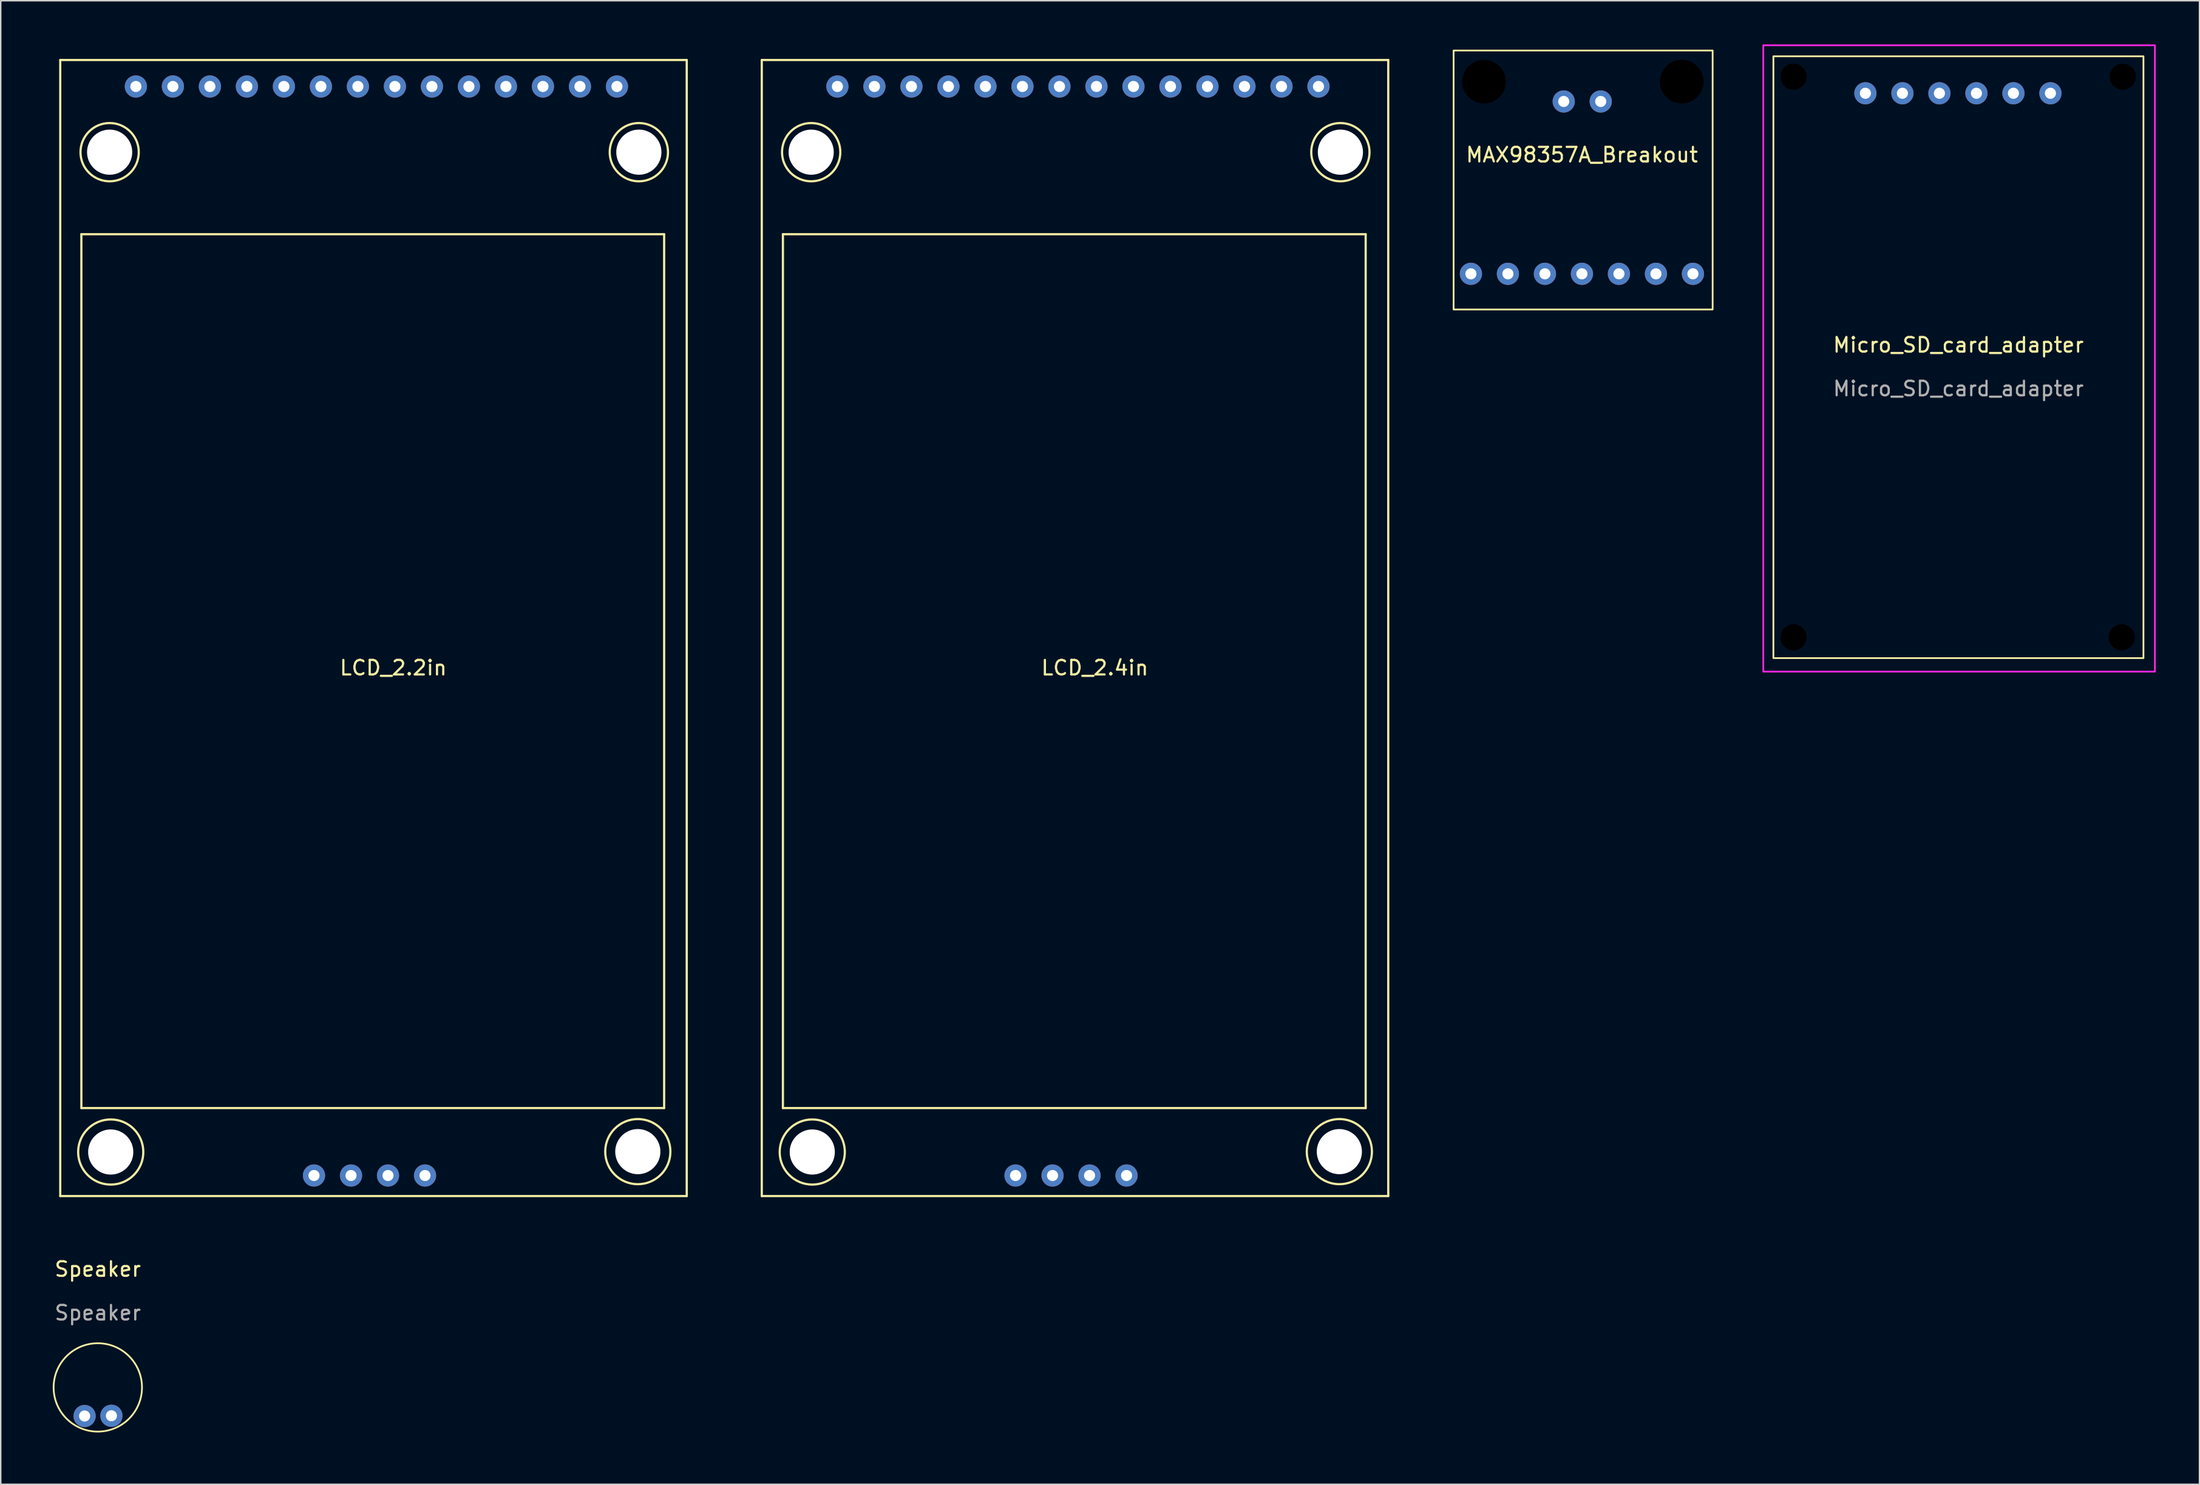
<source format=kicad_pcb>
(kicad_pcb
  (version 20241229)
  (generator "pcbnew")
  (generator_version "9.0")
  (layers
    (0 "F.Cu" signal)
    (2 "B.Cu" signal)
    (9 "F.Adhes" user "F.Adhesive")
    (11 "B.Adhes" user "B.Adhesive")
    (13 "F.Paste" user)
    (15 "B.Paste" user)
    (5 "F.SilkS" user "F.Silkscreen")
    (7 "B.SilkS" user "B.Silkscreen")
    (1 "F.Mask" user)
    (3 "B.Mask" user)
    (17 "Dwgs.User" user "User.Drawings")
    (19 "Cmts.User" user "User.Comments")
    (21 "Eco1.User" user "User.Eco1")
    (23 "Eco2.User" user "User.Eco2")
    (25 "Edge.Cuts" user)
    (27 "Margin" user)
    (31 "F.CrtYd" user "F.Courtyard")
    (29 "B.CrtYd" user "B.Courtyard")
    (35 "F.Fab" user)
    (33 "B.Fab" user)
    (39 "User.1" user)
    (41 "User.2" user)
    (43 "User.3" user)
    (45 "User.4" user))
  (footprint "LCD_2.4in"
    (layer "F.Cu")
    (at 49.237 1.07)
    (property "Reference" "LCD_2.4in" (at 22.86 41.733 0) (layer "F.SilkS") (effects (font (size 1 1) (thickness 0.15))))
    (attr through_hole)
    (fp_line (start 0 0) (end 43 0) (stroke (width 0.15) (type solid)) (layer "F.SilkS"))
    (fp_line (start 0 78) (end 0 0) (stroke (width 0.15) (type solid)) (layer "F.SilkS"))
    (fp_line (start 1.45 11.96) (end 41.45 11.96) (stroke (width 0.15) (type solid)) (layer "F.SilkS"))
    (fp_line (start 1.45 71.96) (end 1.45 11.96) (stroke (width 0.15) (type solid)) (layer "F.SilkS"))
    (fp_line (start 41.45 11.96) (end 41.45 71.96) (stroke (width 0.15) (type solid)) (layer "F.SilkS"))
    (fp_line (start 41.45 71.96) (end 1.45 71.96) (stroke (width 0.15) (type solid)) (layer "F.SilkS"))
    (fp_line (start 43 0) (end 43 78) (stroke (width 0.15) (type solid)) (layer "F.SilkS"))
    (fp_line (start 43 78) (end 0 78) (stroke (width 0.15) (type solid)) (layer "F.SilkS"))
    (fp_circle (center 3.39 6.328) (end 3.39 4.328) (stroke (width 0.15) (type solid)) (fill no) (layer "F.SilkS"))
    (fp_circle (center 3.465 74.977) (end 4.465 72.977) (stroke (width 0.15) (type solid)) (fill no) (layer "F.SilkS"))
    (fp_circle (center 39.643 74.951) (end 41.643 73.951) (stroke (width 0.15) (type solid)) (fill no) (layer "F.SilkS"))
    (fp_circle (center 39.714 6.328) (end 41.714 6.328) (stroke (width 0.15) (type solid)) (fill no) (layer "F.SilkS"))
    (fp_rect (start 44.007 -1.01) (end -1.025 79.113) (stroke (width 0.12) (type solid)) (fill no) (layer "Margin"))
    (pad "" np_thru_hole circle (at 3.39 6.328) (size 3.1 3.1) (drill 3.1) (layers "*.Cu" "*.Mask"))
    (pad "" np_thru_hole circle (at 3.465 74.977) (size 3.1 3.1) (drill 3.1) (layers "*.Cu" "*.Mask"))
    (pad "" np_thru_hole circle (at 39.643 74.951) (size 3.1 3.1) (drill 3.1) (layers "*.Cu" "*.Mask"))
    (pad "" np_thru_hole circle (at 39.714 6.328) (size 3.1 3.1) (drill 3.1) (layers "*.Cu" "*.Mask"))
    (pad "1" thru_hole circle (at 5.191 1.818) (size 1.524 1.524) (drill 0.762) (layers "*.Cu" "*.Mask"))
    (pad "2" thru_hole circle (at 7.731 1.818) (size 1.524 1.524) (drill 0.762) (layers "*.Cu" "*.Mask"))
    (pad "3" thru_hole circle (at 10.271 1.818) (size 1.524 1.524) (drill 0.762) (layers "*.Cu" "*.Mask"))
    (pad "4" thru_hole circle (at 12.811 1.818) (size 1.524 1.524) (drill 0.762) (layers "*.Cu" "*.Mask"))
    (pad "5" thru_hole circle (at 15.351 1.818) (size 1.524 1.524) (drill 0.762) (layers "*.Cu" "*.Mask"))
    (pad "6" thru_hole circle (at 17.891 1.818) (size 1.524 1.524) (drill 0.762) (layers "*.Cu" "*.Mask"))
    (pad "7" thru_hole circle (at 20.431 1.818) (size 1.524 1.524) (drill 0.762) (layers "*.Cu" "*.Mask"))
    (pad "8" thru_hole circle (at 22.971 1.818) (size 1.524 1.524) (drill 0.762) (layers "*.Cu" "*.Mask"))
    (pad "9" thru_hole circle (at 25.511 1.818) (size 1.524 1.524) (drill 0.762) (layers "*.Cu" "*.Mask"))
    (pad "10" thru_hole circle (at 28.051 1.818) (size 1.524 1.524) (drill 0.762) (layers "*.Cu" "*.Mask"))
    (pad "11" thru_hole circle (at 30.591 1.818) (size 1.524 1.524) (drill 0.762) (layers "*.Cu" "*.Mask"))
    (pad "12" thru_hole circle (at 33.131 1.818) (size 1.524 1.524) (drill 0.762) (layers "*.Cu" "*.Mask"))
    (pad "13" thru_hole circle (at 35.671 1.818) (size 1.524 1.524) (drill 0.762) (layers "*.Cu" "*.Mask"))
    (pad "14" thru_hole circle (at 38.211 1.818) (size 1.524 1.524) (drill 0.762) (layers "*.Cu" "*.Mask"))
    (pad "15" thru_hole circle (at 17.417 76.591) (size 1.524 1.524) (drill 0.762) (layers "*.Cu" "*.Mask"))
    (pad "16" thru_hole circle (at 19.957 76.591) (size 1.524 1.524) (drill 0.762) (layers "*.Cu" "*.Mask"))
    (pad "17" thru_hole circle (at 22.497 76.591) (size 1.524 1.524) (drill 0.762) (layers "*.Cu" "*.Mask"))
    (pad "18" thru_hole circle (at 25.037 76.591) (size 1.524 1.524) (drill 0.762) (layers "*.Cu" "*.Mask")))
  (footprint "MAX98357A_Breakout"
    (layer "F.Cu")
    (at 96.722 18.198)
    (property "Reference" "MAX98357A_Breakout" (at 8.808 -10.62 0) (unlocked yes) (layer "F.SilkS") (effects (font (size 1 1) (thickness 0.15))))
    (attr through_hole)
    (fp_rect (start 17.78 -17.78) (end 0 0) (stroke (width 0.12) (type solid)) (fill no) (layer "F.SilkS"))
    (fp_rect (start 18.138 -18.138) (end -0.358 0.402) (stroke (width 0.12) (type solid)) (fill no) (layer "Margin"))
    (pad "" np_thru_hole circle (at 2.089 -15.643) (size 3.2 3.2) (drill 3) (layers "*.Mask"))
    (pad "" np_thru_hole circle (at 15.659 -15.643) (size 3.2 3.2) (drill 3) (layers "*.Mask"))
    (pad "1" thru_hole circle (at 16.428 -2.447) (size 1.524 1.524) (drill 0.762) (layers "*.Cu" "*.Mask"))
    (pad "2" thru_hole circle (at 13.888 -2.447) (size 1.524 1.524) (drill 0.762) (layers "*.Cu" "*.Mask"))
    (pad "3" thru_hole circle (at 1.188 -2.447) (size 1.524 1.524) (drill 0.762) (layers "*.Cu" "*.Mask"))
    (pad "4" thru_hole circle (at 3.728 -2.447) (size 1.524 1.524) (drill 0.762) (layers "*.Cu" "*.Mask"))
    (pad "5" thru_hole circle (at 6.268 -2.447) (size 1.524 1.524) (drill 0.762) (layers "*.Cu" "*.Mask"))
    (pad "6" thru_hole circle (at 8.808 -2.447) (size 1.524 1.524) (drill 0.762) (layers "*.Cu" "*.Mask"))
    (pad "7" thru_hole circle (at 11.348 -2.447) (size 1.524 1.524) (drill 0.762) (layers "*.Cu" "*.Mask"))
    (pad "8" thru_hole circle (at 7.558 -14.281) (size 1.524 1.524) (drill 0.762) (layers "*.Cu" "*.Mask"))
    (pad "9" thru_hole circle (at 10.098 -14.281) (size 1.524 1.524) (drill 0.762) (layers "*.Cu" "*.Mask")))
  (footprint "LCD_2.2in"
    (layer "F.Cu")
    (at 1.085 79.07)
    (property "Reference" "LCD_2.2in" (at 22.86 -36.267 0) (layer "F.SilkS") (effects (font (size 1 1) (thickness 0.15))))
    (attr through_hole)
    (fp_line (start 0 -78) (end 43 -78) (stroke (width 0.15) (type solid)) (layer "F.SilkS"))
    (fp_line (start 0 0) (end 0 -78) (stroke (width 0.15) (type solid)) (layer "F.SilkS"))
    (fp_line (start 1.45 -66.04) (end 41.45 -66.04) (stroke (width 0.15) (type solid)) (layer "F.SilkS"))
    (fp_line (start 1.45 -6.04) (end 1.45 -66.04) (stroke (width 0.15) (type solid)) (layer "F.SilkS"))
    (fp_line (start 41.45 -66.04) (end 41.45 -6.04) (stroke (width 0.15) (type solid)) (layer "F.SilkS"))
    (fp_line (start 41.45 -6.04) (end 1.45 -6.04) (stroke (width 0.15) (type solid)) (layer "F.SilkS"))
    (fp_line (start 43 -78) (end 43 0) (stroke (width 0.15) (type solid)) (layer "F.SilkS"))
    (fp_line (start 43 0) (end 0 0) (stroke (width 0.15) (type solid)) (layer "F.SilkS"))
    (fp_circle (center 3.39 -71.672) (end 3.39 -73.672) (stroke (width 0.15) (type solid)) (fill no) (layer "F.SilkS"))
    (fp_circle (center 3.465 -3.023) (end 4.465 -5.023) (stroke (width 0.15) (type solid)) (fill no) (layer "F.SilkS"))
    (fp_circle (center 39.643 -3.049) (end 41.643 -4.049) (stroke (width 0.15) (type solid)) (fill no) (layer "F.SilkS"))
    (fp_circle (center 39.714 -71.672) (end 41.714 -71.672) (stroke (width 0.15) (type solid)) (fill no) (layer "F.SilkS"))
    (fp_rect (start 44.007 -79.01) (end -1.025 1.113) (stroke (width 0.12) (type solid)) (fill no) (layer "Margin"))
    (pad "" np_thru_hole circle (at 3.39 -71.672) (size 3.1 3.1) (drill 3.1) (layers "*.Cu" "*.Mask"))
    (pad "" np_thru_hole circle (at 3.465 -3.023) (size 3.1 3.1) (drill 3.1) (layers "*.Cu" "*.Mask"))
    (pad "" np_thru_hole circle (at 39.643 -3.049) (size 3.1 3.1) (drill 3.1) (layers "*.Cu" "*.Mask"))
    (pad "" np_thru_hole circle (at 39.714 -71.672) (size 3.1 3.1) (drill 3.1) (layers "*.Cu" "*.Mask"))
    (pad "1" thru_hole circle (at 5.191 -76.182) (size 1.524 1.524) (drill 0.762) (layers "*.Cu" "*.Mask"))
    (pad "2" thru_hole circle (at 7.731 -76.182) (size 1.524 1.524) (drill 0.762) (layers "*.Cu" "*.Mask"))
    (pad "3" thru_hole circle (at 10.271 -76.182) (size 1.524 1.524) (drill 0.762) (layers "*.Cu" "*.Mask"))
    (pad "4" thru_hole circle (at 12.811 -76.182) (size 1.524 1.524) (drill 0.762) (layers "*.Cu" "*.Mask"))
    (pad "5" thru_hole circle (at 15.351 -76.182) (size 1.524 1.524) (drill 0.762) (layers "*.Cu" "*.Mask"))
    (pad "6" thru_hole circle (at 17.891 -76.182) (size 1.524 1.524) (drill 0.762) (layers "*.Cu" "*.Mask"))
    (pad "7" thru_hole circle (at 20.431 -76.182) (size 1.524 1.524) (drill 0.762) (layers "*.Cu" "*.Mask"))
    (pad "8" thru_hole circle (at 22.971 -76.182) (size 1.524 1.524) (drill 0.762) (layers "*.Cu" "*.Mask"))
    (pad "9" thru_hole circle (at 25.511 -76.182) (size 1.524 1.524) (drill 0.762) (layers "*.Cu" "*.Mask"))
    (pad "10" thru_hole circle (at 28.051 -76.182) (size 1.524 1.524) (drill 0.762) (layers "*.Cu" "*.Mask"))
    (pad "11" thru_hole circle (at 30.591 -76.182) (size 1.524 1.524) (drill 0.762) (layers "*.Cu" "*.Mask"))
    (pad "12" thru_hole circle (at 33.131 -76.182) (size 1.524 1.524) (drill 0.762) (layers "*.Cu" "*.Mask"))
    (pad "13" thru_hole circle (at 35.671 -76.182) (size 1.524 1.524) (drill 0.762) (layers "*.Cu" "*.Mask"))
    (pad "14" thru_hole circle (at 38.211 -76.182) (size 1.524 1.524) (drill 0.762) (layers "*.Cu" "*.Mask"))
    (pad "15" thru_hole circle (at 17.417 -1.409) (size 1.524 1.524) (drill 0.762) (layers "*.Cu" "*.Mask"))
    (pad "16" thru_hole circle (at 19.957 -1.409) (size 1.524 1.524) (drill 0.762) (layers "*.Cu" "*.Mask"))
    (pad "17" thru_hole circle (at 22.497 -1.409) (size 1.524 1.524) (drill 0.762) (layers "*.Cu" "*.Mask"))
    (pad "18" thru_hole circle (at 25.037 -1.409) (size 1.524 1.524) (drill 0.762) (layers "*.Cu" "*.Mask")))
  (footprint "Micro_SD_card_adapter"
    (layer "F.Cu")
    (at 118.671 0.816)
    (property "Reference" "Micro_SD_card_adapter" (at 12.7 19.82 0) (unlocked yes) (layer "F.SilkS") (effects (font (size 1 1) (thickness 0.15))))
    (attr through_hole)
    (fp_rect (start 25.4 0) (end 0 41.32) (stroke (width 0.12) (type solid)) (fill no) (layer "F.SilkS"))
    (fp_rect (start 26.187 -0.756) (end -0.692 42.248) (stroke (width 0.12) (type solid)) (fill no) (layer "F.CrtYd"))
    (fp_text user "${REFERENCE}" (at 12.7 22.82 0) (unlocked yes) (layer "F.Fab") (effects (font (size 1 1) (thickness 0.15))))
    (pad "" np_thru_hole circle (at 1.384 1.397) (size 2 2) (drill 1.8) (layers "*.Mask"))
    (pad "" np_thru_hole circle (at 1.384 39.886) (size 2 2) (drill 1.8) (layers "*.Mask"))
    (pad "" np_thru_hole circle (at 23.91 39.886) (size 2 2) (drill 1.8) (layers "*.Mask"))
    (pad "" np_thru_hole circle (at 23.978 1.397) (size 2 2) (drill 1.8) (layers "*.Mask"))
    (pad "1" thru_hole circle (at 19.016 2.538) (size 1.524 1.524) (drill 0.762) (layers "*.Cu" "*.Mask"))
    (pad "2" thru_hole circle (at 16.476 2.538) (size 1.524 1.524) (drill 0.762) (layers "*.Cu" "*.Mask"))
    (pad "3" thru_hole circle (at 13.936 2.538) (size 1.524 1.524) (drill 0.762) (layers "*.Cu" "*.Mask"))
    (pad "4" thru_hole circle (at 11.396 2.538) (size 1.524 1.524) (drill 0.762) (layers "*.Cu" "*.Mask"))
    (pad "5" thru_hole circle (at 8.856 2.538) (size 1.524 1.524) (drill 0.762) (layers "*.Cu" "*.Mask"))
    (pad "6" thru_hole circle (at 6.316 2.538) (size 1.524 1.524) (drill 0.762) (layers "*.Cu" "*.Mask")))
  (footprint "Speaker"
    (layer "F.Cu")
    (at 3.663 92.211)
    (property "Reference" "Speaker" (at 0 -8.12 0) (unlocked yes) (layer "F.SilkS") (effects (font (size 1 1) (thickness 0.15))))
    (attr through_hole)
    (fp_circle (center 0 0) (end 2.085 2.203) (stroke (width 0.12) (type solid)) (fill no) (layer "F.SilkS"))
    (fp_circle (center -0.01 0) (end -2.55 2.54) (stroke (width 0.12) (type solid)) (fill no) (layer "Margin"))
    (fp_text user "${REFERENCE}" (at 0 -5.12 0) (unlocked yes) (layer "F.Fab") (effects (font (size 1 1) (thickness 0.15))))
    (pad "1" thru_hole circle (at -0.906 1.963) (size 1.524 1.524) (drill 0.762) (layers "*.Cu" "*.Mask"))
    (pad "2" thru_hole circle (at 0.934 1.946) (size 1.524 1.524) (drill 0.762) (layers "*.Cu" "*.Mask")))
  (gr_rect
    (start -3 -3)
    (end 147.918 98.863)
    (stroke (width 0.1) (type default))
    (fill no)
    (layer "Edge.Cuts")))
</source>
